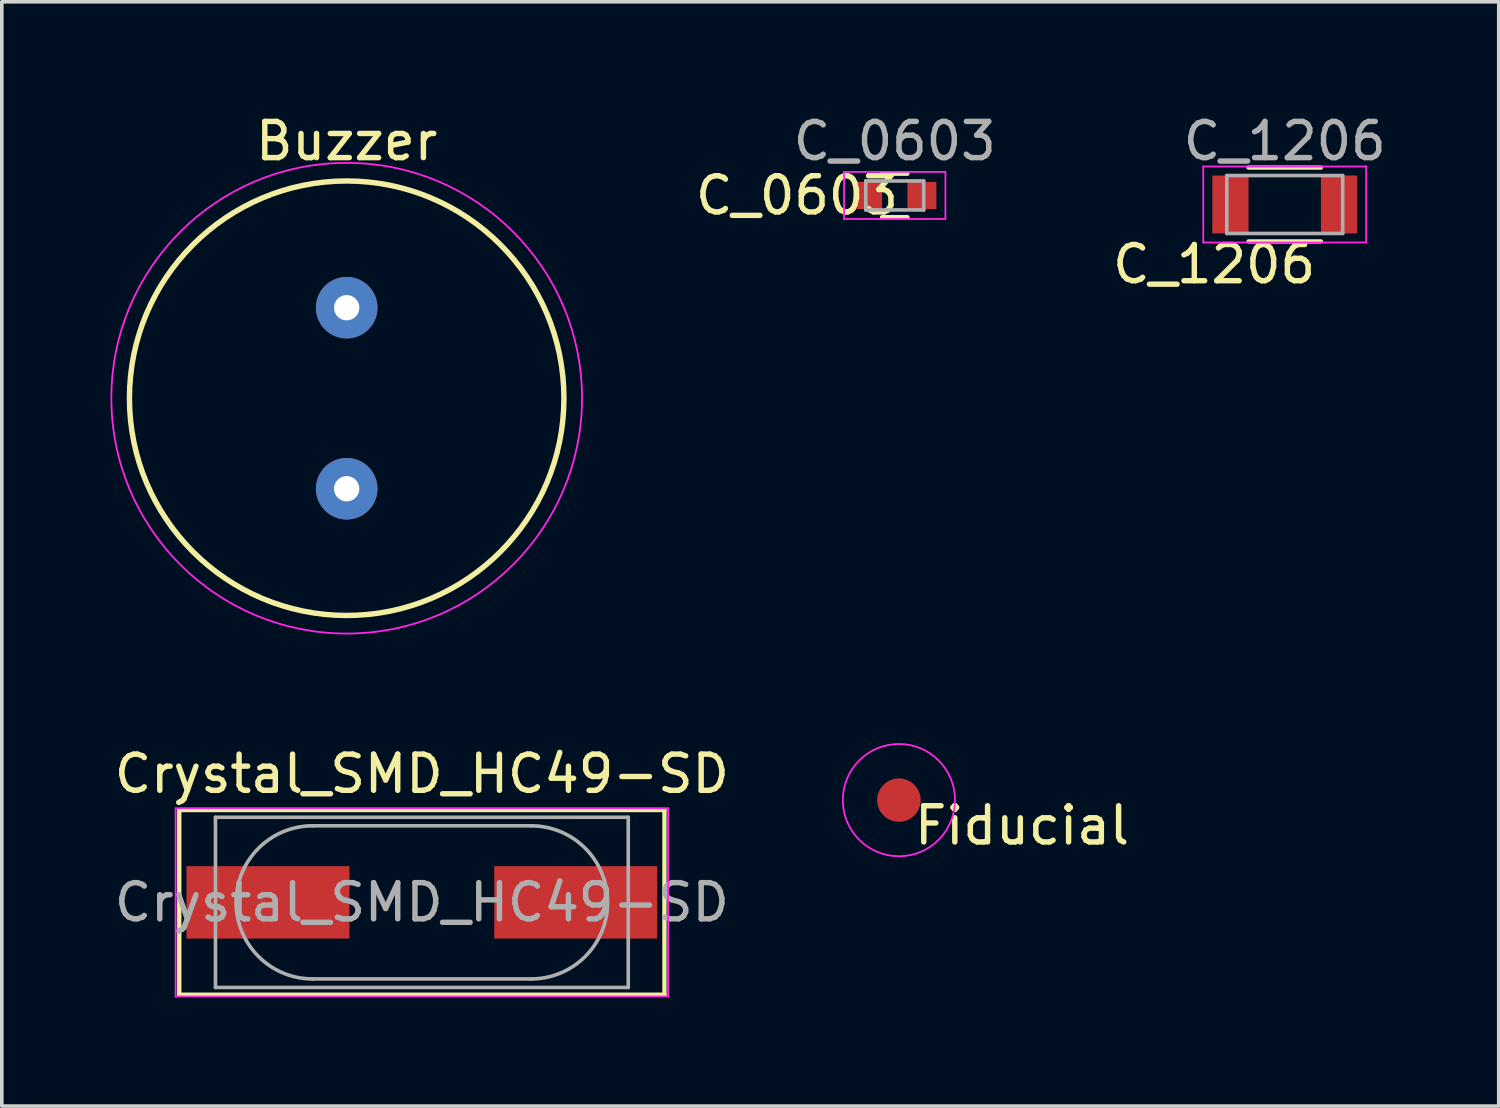
<source format=kicad_pcb>
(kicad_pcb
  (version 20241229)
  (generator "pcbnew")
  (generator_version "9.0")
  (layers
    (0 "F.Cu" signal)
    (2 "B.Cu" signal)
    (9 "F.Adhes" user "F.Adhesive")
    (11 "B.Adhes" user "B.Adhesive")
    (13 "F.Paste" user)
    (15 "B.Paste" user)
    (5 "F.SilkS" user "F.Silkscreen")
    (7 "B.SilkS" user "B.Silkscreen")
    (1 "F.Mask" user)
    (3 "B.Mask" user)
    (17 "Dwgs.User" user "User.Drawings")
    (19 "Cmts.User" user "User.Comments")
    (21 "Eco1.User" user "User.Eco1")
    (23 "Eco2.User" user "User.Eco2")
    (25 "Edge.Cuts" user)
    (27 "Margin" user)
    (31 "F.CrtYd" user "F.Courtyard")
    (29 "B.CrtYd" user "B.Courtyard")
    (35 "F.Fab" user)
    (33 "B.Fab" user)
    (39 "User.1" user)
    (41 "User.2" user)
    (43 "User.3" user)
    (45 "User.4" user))
  (footprint "C_0603"
    (layer "F.Cu")
    (at 21.661 2.348)
    (property "Reference" "C_0603" (at -2.7 0 0) (layer "F.SilkS") (effects (font (size 1 1) (thickness 0.15))))
    (attr smd)
    (fp_line (start -0.35 -0.6) (end 0.35 -0.6) (stroke (width 0.12) (type solid)) (layer "F.SilkS"))
    (fp_line (start 0.35 0.6) (end -0.35 0.6) (stroke (width 0.12) (type solid)) (layer "F.SilkS"))
    (fp_line (start -1.4 -0.65) (end -1.4 0.65) (stroke (width 0.05) (type solid)) (layer "F.CrtYd"))
    (fp_line (start -1.4 -0.65) (end 1.4 -0.65) (stroke (width 0.05) (type solid)) (layer "F.CrtYd"))
    (fp_line (start 1.4 0.65) (end -1.4 0.65) (stroke (width 0.05) (type solid)) (layer "F.CrtYd"))
    (fp_line (start 1.4 0.65) (end 1.4 -0.65) (stroke (width 0.05) (type solid)) (layer "F.CrtYd"))
    (fp_line (start -0.8 -0.4) (end 0.8 -0.4) (stroke (width 0.1) (type solid)) (layer "F.Fab"))
    (fp_line (start -0.8 0.4) (end -0.8 -0.4) (stroke (width 0.1) (type solid)) (layer "F.Fab"))
    (fp_line (start 0.8 -0.4) (end 0.8 0.4) (stroke (width 0.1) (type solid)) (layer "F.Fab"))
    (fp_line (start 0.8 0.4) (end -0.8 0.4) (stroke (width 0.1) (type solid)) (layer "F.Fab"))
    (fp_text user "${REFERENCE}" (at 0 -1.5 0) (layer "F.Fab") (effects (font (size 1 1) (thickness 0.15))))
    (pad "1" smd rect (at -0.75 0) (size 0.8 0.75) (layers "F.Cu" "F.Mask" "F.Paste"))
    (pad "2" smd rect (at 0.75 0) (size 0.8 0.75) (layers "F.Cu" "F.Mask" "F.Paste")))
  (footprint "Buzzer"
    (layer "F.Cu")
    (at 6.525 7.948)
    (property "Reference" "Buzzer" (at 0 -7.1 0) (layer "F.SilkS") (effects (font (size 1 1) (thickness 0.15))))
    (attr through_hole)
    (fp_circle (center 0 0) (end 6 0) (stroke (width 0.15) (type solid)) (fill no) (layer "F.SilkS"))
    (fp_circle (center 0 0) (end 6.5 0) (stroke (width 0.05) (type solid)) (fill no) (layer "F.CrtYd"))
    (pad "1" thru_hole circle (at 0 -2.5) (size 1.7 1.7) (drill 0.7) (layers "*.Cu" "*.Mask"))
    (pad "2" thru_hole circle (at 0 2.5) (size 1.7 1.7) (drill 0.7) (layers "*.Cu" "*.Mask")))
  (footprint "Fiducial"
    (layer "F.Cu")
    (at 21.777 19.048)
    (property "Reference" "Fiducial" (at 3.4 0.7 0) (layer "F.SilkS") (effects (font (size 1 1) (thickness 0.15))))
    (attr exclude_from_pos_files exclude_from_bom)
    (fp_circle (center 0 0) (end 1.55 0) (stroke (width 0.05) (type solid)) (fill no) (layer "F.CrtYd"))
    (pad "~" smd circle (at 0 0) (size 1.2 1.2) (layers "F.Cu" "F.Mask")))
  (footprint "Crystal_SMD_HC49-SD"
    (layer "F.Cu")
    (at 8.601 21.872)
    (property "Reference" "Crystal_SMD_HC49-SD" (at 0 -3.55 180) (layer "F.SilkS") (effects (font (size 1 1) (thickness 0.15))))
    (attr smd)
    (fp_line (start -6.7 -2.55) (end -6.7 2.55) (stroke (width 0.12) (type solid)) (layer "F.SilkS"))
    (fp_line (start -6.7 2.55) (end 6.7 2.55) (stroke (width 0.12) (type solid)) (layer "F.SilkS"))
    (fp_line (start 6.7 -2.55) (end -6.7 -2.55) (stroke (width 0.12) (type solid)) (layer "F.SilkS"))
    (fp_line (start 6.7 -2.55) (end 6.7 2.55) (stroke (width 0.12) (type solid)) (layer "F.SilkS"))
    (fp_line (start -6.8 -2.6) (end -6.8 2.6) (stroke (width 0.05) (type solid)) (layer "F.CrtYd"))
    (fp_line (start -6.8 2.6) (end 6.8 2.6) (stroke (width 0.05) (type solid)) (layer "F.CrtYd"))
    (fp_line (start 6.8 -2.6) (end -6.8 -2.6) (stroke (width 0.05) (type solid)) (layer "F.CrtYd"))
    (fp_line (start 6.8 2.6) (end 6.8 -2.6) (stroke (width 0.05) (type solid)) (layer "F.CrtYd"))
    (fp_line (start -5.7 -2.35) (end -5.7 2.35) (stroke (width 0.1) (type solid)) (layer "F.Fab"))
    (fp_line (start -5.7 2.35) (end 5.7 2.35) (stroke (width 0.1) (type solid)) (layer "F.Fab"))
    (fp_line (start -3.015 -2.115) (end 3.015 -2.115) (stroke (width 0.1) (type solid)) (layer "F.Fab"))
    (fp_line (start -3.015 2.115) (end 3.015 2.115) (stroke (width 0.1) (type solid)) (layer "F.Fab"))
    (fp_line (start 5.7 -2.35) (end -5.7 -2.35) (stroke (width 0.1) (type solid)) (layer "F.Fab"))
    (fp_line (start 5.7 2.35) (end 5.7 -2.35) (stroke (width 0.1) (type solid)) (layer "F.Fab"))
    (fp_arc (start -3.015 2.115) (mid -5.13 0) (end -3.015 -2.115) (stroke (width 0.1) (type solid)) (layer "F.Fab"))
    (fp_arc (start 3.015 -2.115) (mid 5.13 0) (end 3.015 2.115) (stroke (width 0.1) (type solid)) (layer "F.Fab"))
    (fp_text user "${REFERENCE}" (at 0 0 0) (layer "F.Fab") (effects (font (size 1 1) (thickness 0.15))))
    (pad "1" smd rect (at -4.25 0) (size 4.5 2) (layers "F.Cu" "F.Mask" "F.Paste"))
    (pad "2" smd rect (at 4.25 0) (size 4.5 2) (layers "F.Cu" "F.Mask" "F.Paste")))
  (footprint "C_1206"
    (layer "F.Cu")
    (at 32.432 2.598)
    (property "Reference" "C_1206" (at -1.95 1.65 0) (layer "F.SilkS") (effects (font (size 1 1) (thickness 0.15))))
    (attr smd)
    (fp_line (start -1 1.02) (end 1 1.02) (stroke (width 0.12) (type solid)) (layer "F.SilkS"))
    (fp_line (start 1 -1.02) (end -1 -1.02) (stroke (width 0.12) (type solid)) (layer "F.SilkS"))
    (fp_line (start -2.25 -1.05) (end -2.25 1.05) (stroke (width 0.05) (type solid)) (layer "F.CrtYd"))
    (fp_line (start -2.25 -1.05) (end 2.25 -1.05) (stroke (width 0.05) (type solid)) (layer "F.CrtYd"))
    (fp_line (start 2.25 1.05) (end -2.25 1.05) (stroke (width 0.05) (type solid)) (layer "F.CrtYd"))
    (fp_line (start 2.25 1.05) (end 2.25 -1.05) (stroke (width 0.05) (type solid)) (layer "F.CrtYd"))
    (fp_line (start -1.6 -0.8) (end 1.6 -0.8) (stroke (width 0.1) (type solid)) (layer "F.Fab"))
    (fp_line (start -1.6 0.8) (end -1.6 -0.8) (stroke (width 0.1) (type solid)) (layer "F.Fab"))
    (fp_line (start 1.6 -0.8) (end 1.6 0.8) (stroke (width 0.1) (type solid)) (layer "F.Fab"))
    (fp_line (start 1.6 0.8) (end -1.6 0.8) (stroke (width 0.1) (type solid)) (layer "F.Fab"))
    (fp_text user "${REFERENCE}" (at 0 -1.75 0) (layer "F.Fab") (effects (font (size 1 1) (thickness 0.15))))
    (pad "1" smd rect (at -1.5 0) (size 1 1.6) (layers "F.Cu" "F.Mask" "F.Paste"))
    (pad "2" smd rect (at 1.5 0) (size 1 1.6) (layers "F.Cu" "F.Mask" "F.Paste")))
  (gr_rect
    (start -3 -3)
    (end 38.343 27.497)
    (stroke (width 0.1) (type default))
    (fill no)
    (layer "Edge.Cuts")))
</source>
